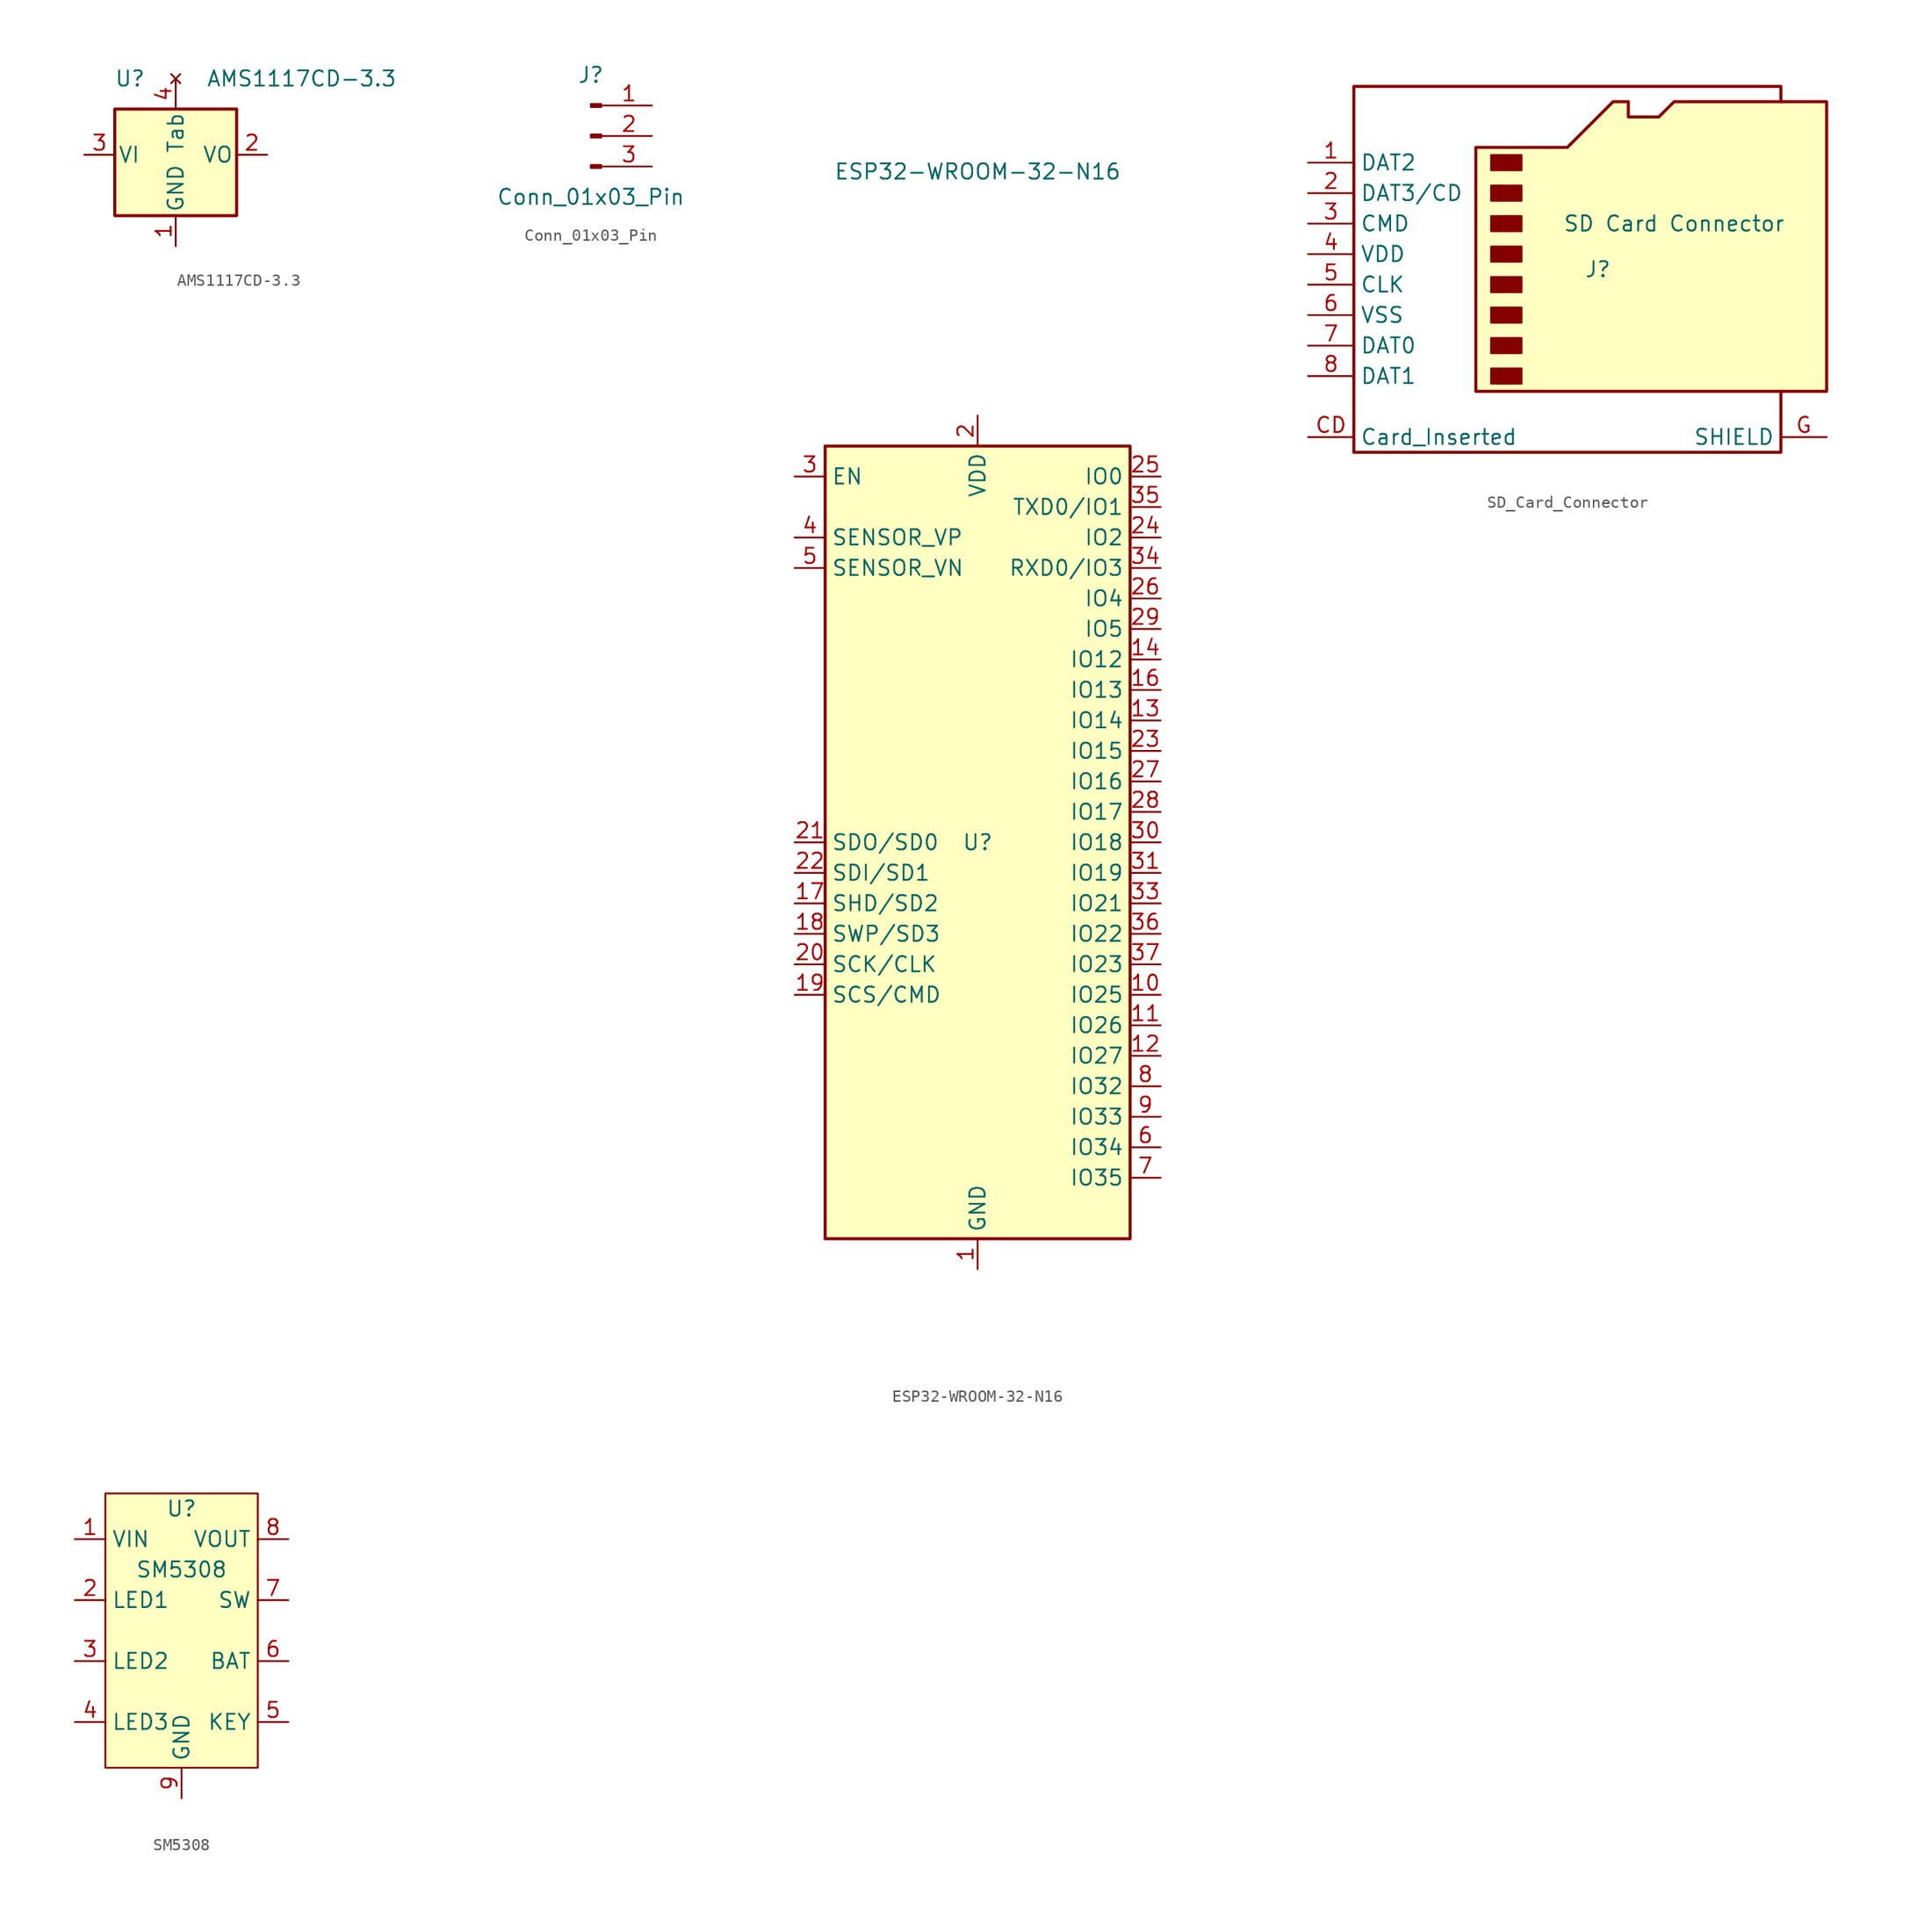
<source format=kicad_sym>
(kicad_symbol_lib
  (version 20220914)
  (generator kicad_symbol_editor)
  (symbol "AMS1117CD-3.3"
    (pin_names
      (offset 0.254))
    (property "Reference" "U"
      (at -3.81 6.35 0)
      (effects (font (size 1.27 1.27))))
    (property "Value" "AMS1117CD-3.3"
      (at 2.54 6.35 0)
      (effects (font (size 1.27 1.27)) (justify left)))
    (symbol "AMS1117CD-3.3_0_1"
      (rectangle (start -5.08 3.81) (end 5.08 -5.08) (stroke (width 0.254) (type default)) (fill (type background))))
    (symbol "AMS1117CD-3.3_1_1"
      (pin power_in line (at 0 -7.62 90) (length 2.54) (name "GND" (effects (font (size 1.27 1.27)))) (number "1" (effects (font (size 1.27 1.27)))))
      (pin power_out line (at 7.62 0 180) (length 2.54) (name "VO" (effects (font (size 1.27 1.27)))) (number "2" (effects (font (size 1.27 1.27)))))
      (pin power_in line (at -7.62 0 0) (length 2.54) (name "VI" (effects (font (size 1.27 1.27)))) (number "3" (effects (font (size 1.27 1.27)))))
      (pin no_connect line (at 0 6.35 270) (length 2.54) (name "Tab" (effects (font (size 1.27 1.27)))) (number "4" (effects (font (size 1.27 1.27)))))))
  (symbol "Conn_01x03_Pin"
    (pin_names
      (offset 1.016) hide)
    (property "Reference" "J"
      (at 0 5.08 0)
      (effects (font (size 1.27 1.27))))
    (property "Value" "Conn_01x03_Pin"
      (at 0 -5.08 0)
      (effects (font (size 1.27 1.27))))
    (symbol "Conn_01x03_Pin_1_1"
      (polyline (pts (xy 1.27 -2.54) (xy 0.864 -2.54)) (stroke (width 0.152) (type default)) (fill (type none)))
      (polyline (pts (xy 1.27 0) (xy 0.864 0)) (stroke (width 0.152) (type default)) (fill (type none)))
      (polyline (pts (xy 1.27 2.54) (xy 0.864 2.54)) (stroke (width 0.152) (type default)) (fill (type none)))
      (rectangle (start 0.864 -2.413) (end 0 -2.667) (stroke (width 0.152) (type default)) (fill (type outline)))
      (rectangle (start 0.864 0.127) (end 0 -0.127) (stroke (width 0.152) (type default)) (fill (type outline)))
      (rectangle (start 0.864 2.667) (end 0 2.413) (stroke (width 0.152) (type default)) (fill (type outline)))
      (pin passive line (at 5.08 2.54 180) (length 3.81) (name "Pin_1" (effects (font (size 1.27 1.27)))) (number "1" (effects (font (size 1.27 1.27)))))
      (pin passive line (at 5.08 0 180) (length 3.81) (name "Pin_2" (effects (font (size 1.27 1.27)))) (number "2" (effects (font (size 1.27 1.27)))))
      (pin passive line (at 5.08 -2.54 180) (length 3.81) (name "Pin_3" (effects (font (size 1.27 1.27)))) (number "3" (effects (font (size 1.27 1.27)))))))
  (symbol "ESP32-WROOM-32-N16"
    (property "Reference" "U"
      (at 0 0 0)
      (effects (font (size 1.27 1.27))))
    (property "Value" "ESP32-WROOM-32-N16"
      (at 0 55.88 0)
      (effects (font (size 1.27 1.27))))
    (symbol "ESP32-WROOM-32-N16_0_1"
      (rectangle (start -12.7 33.02) (end 12.7 -33.02) (stroke (width 0.254) (type default)) (fill (type background))))
    (symbol "ESP32-WROOM-32-N16_1_1"
      (pin power_in line (at 0 -35.56 90) (length 2.54) (name "GND" (effects (font (size 1.27 1.27)))) (number "1" (effects (font (size 1.27 1.27)))))
      (pin bidirectional line (at 15.24 -12.7 180) (length 2.54) (name "IO25" (effects (font (size 1.27 1.27)))) (number "10" (effects (font (size 1.27 1.27)))))
      (pin bidirectional line (at 15.24 -15.24 180) (length 2.54) (name "IO26" (effects (font (size 1.27 1.27)))) (number "11" (effects (font (size 1.27 1.27)))))
      (pin bidirectional line (at 15.24 -17.78 180) (length 2.54) (name "IO27" (effects (font (size 1.27 1.27)))) (number "12" (effects (font (size 1.27 1.27)))))
      (pin bidirectional line (at 15.24 10.16 180) (length 2.54) (name "IO14" (effects (font (size 1.27 1.27)))) (number "13" (effects (font (size 1.27 1.27)))))
      (pin bidirectional line (at 15.24 15.24 180) (length 2.54) (name "IO12" (effects (font (size 1.27 1.27)))) (number "14" (effects (font (size 1.27 1.27)))))
      (pin passive line (at 0 -35.56 90) (length 2.54) hide (name "GND" (effects (font (size 1.27 1.27)))) (number "15" (effects (font (size 1.27 1.27)))))
      (pin bidirectional line (at 15.24 12.7 180) (length 2.54) (name "IO13" (effects (font (size 1.27 1.27)))) (number "16" (effects (font (size 1.27 1.27)))))
      (pin bidirectional line (at -15.24 -5.08 0) (length 2.54) (name "SHD/SD2" (effects (font (size 1.27 1.27)))) (number "17" (effects (font (size 1.27 1.27)))))
      (pin bidirectional line (at -15.24 -7.62 0) (length 2.54) (name "SWP/SD3" (effects (font (size 1.27 1.27)))) (number "18" (effects (font (size 1.27 1.27)))))
      (pin bidirectional line (at -15.24 -12.7 0) (length 2.54) (name "SCS/CMD" (effects (font (size 1.27 1.27)))) (number "19" (effects (font (size 1.27 1.27)))))
      (pin power_in line (at 0 35.56 270) (length 2.54) (name "VDD" (effects (font (size 1.27 1.27)))) (number "2" (effects (font (size 1.27 1.27)))))
      (pin bidirectional line (at -15.24 -10.16 0) (length 2.54) (name "SCK/CLK" (effects (font (size 1.27 1.27)))) (number "20" (effects (font (size 1.27 1.27)))))
      (pin bidirectional line (at -15.24 0 0) (length 2.54) (name "SDO/SD0" (effects (font (size 1.27 1.27)))) (number "21" (effects (font (size 1.27 1.27)))))
      (pin bidirectional line (at -15.24 -2.54 0) (length 2.54) (name "SDI/SD1" (effects (font (size 1.27 1.27)))) (number "22" (effects (font (size 1.27 1.27)))))
      (pin bidirectional line (at 15.24 7.62 180) (length 2.54) (name "IO15" (effects (font (size 1.27 1.27)))) (number "23" (effects (font (size 1.27 1.27)))))
      (pin bidirectional line (at 15.24 25.4 180) (length 2.54) (name "IO2" (effects (font (size 1.27 1.27)))) (number "24" (effects (font (size 1.27 1.27)))))
      (pin bidirectional line (at 15.24 30.48 180) (length 2.54) (name "IO0" (effects (font (size 1.27 1.27)))) (number "25" (effects (font (size 1.27 1.27)))))
      (pin bidirectional line (at 15.24 20.32 180) (length 2.54) (name "IO4" (effects (font (size 1.27 1.27)))) (number "26" (effects (font (size 1.27 1.27)))))
      (pin bidirectional line (at 15.24 5.08 180) (length 2.54) (name "IO16" (effects (font (size 1.27 1.27)))) (number "27" (effects (font (size 1.27 1.27)))))
      (pin bidirectional line (at 15.24 2.54 180) (length 2.54) (name "IO17" (effects (font (size 1.27 1.27)))) (number "28" (effects (font (size 1.27 1.27)))))
      (pin bidirectional line (at 15.24 17.78 180) (length 2.54) (name "IO5" (effects (font (size 1.27 1.27)))) (number "29" (effects (font (size 1.27 1.27)))))
      (pin input line (at -15.24 30.48 0) (length 2.54) (name "EN" (effects (font (size 1.27 1.27)))) (number "3" (effects (font (size 1.27 1.27)))))
      (pin bidirectional line (at 15.24 0 180) (length 2.54) (name "IO18" (effects (font (size 1.27 1.27)))) (number "30" (effects (font (size 1.27 1.27)))))
      (pin bidirectional line (at 15.24 -2.54 180) (length 2.54) (name "IO19" (effects (font (size 1.27 1.27)))) (number "31" (effects (font (size 1.27 1.27)))))
      (pin no_connect line (at -12.7 -27.94 0) (length 2.54) hide (name "NC" (effects (font (size 1.27 1.27)))) (number "32" (effects (font (size 1.27 1.27)))))
      (pin bidirectional line (at 15.24 -5.08 180) (length 2.54) (name "IO21" (effects (font (size 1.27 1.27)))) (number "33" (effects (font (size 1.27 1.27)))))
      (pin bidirectional line (at 15.24 22.86 180) (length 2.54) (name "RXD0/IO3" (effects (font (size 1.27 1.27)))) (number "34" (effects (font (size 1.27 1.27)))))
      (pin bidirectional line (at 15.24 27.94 180) (length 2.54) (name "TXD0/IO1" (effects (font (size 1.27 1.27)))) (number "35" (effects (font (size 1.27 1.27)))))
      (pin bidirectional line (at 15.24 -7.62 180) (length 2.54) (name "IO22" (effects (font (size 1.27 1.27)))) (number "36" (effects (font (size 1.27 1.27)))))
      (pin bidirectional line (at 15.24 -10.16 180) (length 2.54) (name "IO23" (effects (font (size 1.27 1.27)))) (number "37" (effects (font (size 1.27 1.27)))))
      (pin passive line (at 0 -35.56 90) (length 2.54) hide (name "GND" (effects (font (size 1.27 1.27)))) (number "38" (effects (font (size 1.27 1.27)))))
      (pin passive line (at 0 -35.56 90) (length 2.54) hide (name "GND" (effects (font (size 1.27 1.27)))) (number "39" (effects (font (size 1.27 1.27)))))
      (pin input line (at -15.24 25.4 0) (length 2.54) (name "SENSOR_VP" (effects (font (size 1.27 1.27)))) (number "4" (effects (font (size 1.27 1.27)))))
      (pin input line (at -15.24 22.86 0) (length 2.54) (name "SENSOR_VN" (effects (font (size 1.27 1.27)))) (number "5" (effects (font (size 1.27 1.27)))))
      (pin input line (at 15.24 -25.4 180) (length 2.54) (name "IO34" (effects (font (size 1.27 1.27)))) (number "6" (effects (font (size 1.27 1.27)))))
      (pin input line (at 15.24 -27.94 180) (length 2.54) (name "IO35" (effects (font (size 1.27 1.27)))) (number "7" (effects (font (size 1.27 1.27)))))
      (pin bidirectional line (at 15.24 -20.32 180) (length 2.54) (name "IO32" (effects (font (size 1.27 1.27)))) (number "8" (effects (font (size 1.27 1.27)))))
      (pin bidirectional line (at 15.24 -22.86 180) (length 2.54) (name "IO33" (effects (font (size 1.27 1.27)))) (number "9" (effects (font (size 1.27 1.27)))))))
  (symbol "SD_Card_Connector"
    (property "Reference" "J"
      (at 0 0 0)
      (effects (font (size 1.27 1.27))))
    (property "Value" "SD Card Connector"
      (at 6.35 3.81 0)
      (effects (font (size 1.27 1.27))))
    (symbol "SD_Card_Connector_0_1"
      (rectangle (start -8.89 -8.255) (end -6.35 -9.525) (stroke (width 0) (type default)) (fill (type outline)))
      (rectangle (start -8.89 -5.715) (end -6.35 -6.985) (stroke (width 0) (type default)) (fill (type outline)))
      (rectangle (start -8.89 -3.175) (end -6.35 -4.445) (stroke (width 0) (type default)) (fill (type outline)))
      (rectangle (start -8.89 -0.635) (end -6.35 -1.905) (stroke (width 0) (type default)) (fill (type outline)))
      (rectangle (start -8.89 1.905) (end -6.35 0.635) (stroke (width 0) (type default)) (fill (type outline)))
      (rectangle (start -8.89 4.445) (end -6.35 3.175) (stroke (width 0) (type default)) (fill (type outline)))
      (rectangle (start -8.89 6.985) (end -6.35 5.715) (stroke (width 0) (type default)) (fill (type outline)))
      (rectangle (start -8.89 9.525) (end -6.35 8.255) (stroke (width 0) (type default)) (fill (type outline)))
      (polyline (pts (xy 15.24 13.97) (xy 15.24 15.24) (xy -20.32 15.24) (xy -20.32 -15.24) (xy 15.24 -15.24) (xy 15.24 -10.16)) (stroke (width 0.254) (type default)) (fill (type none)))
      (polyline (pts (xy -10.16 -10.16) (xy -10.16 10.16) (xy -2.54 10.16) (xy 1.27 13.97) (xy 2.54 13.97) (xy 2.54 12.7) (xy 5.08 12.7) (xy 6.35 13.97) (xy 19.05 13.97) (xy 19.05 -10.16) (xy -10.16 -10.16)) (stroke (width 0.254) (type default)) (fill (type background))))
    (symbol "SD_Card_Connector_1_1"
      (pin bidirectional line (at -24.13 8.89 0) (length 3.81) (name "DAT2" (effects (font (size 1.27 1.27)))) (number "1" (effects (font (size 1.27 1.27)))))
      (pin bidirectional line (at -24.13 6.35 0) (length 3.81) (name "DAT3/CD" (effects (font (size 1.27 1.27)))) (number "2" (effects (font (size 1.27 1.27)))))
      (pin input line (at -24.13 3.81 0) (length 3.81) (name "CMD" (effects (font (size 1.27 1.27)))) (number "3" (effects (font (size 1.27 1.27)))))
      (pin power_in line (at -24.13 1.27 0) (length 3.81) (name "VDD" (effects (font (size 1.27 1.27)))) (number "4" (effects (font (size 1.27 1.27)))))
      (pin input line (at -24.13 -1.27 0) (length 3.81) (name "CLK" (effects (font (size 1.27 1.27)))) (number "5" (effects (font (size 1.27 1.27)))))
      (pin power_in line (at -24.13 -3.81 0) (length 3.81) (name "VSS" (effects (font (size 1.27 1.27)))) (number "6" (effects (font (size 1.27 1.27)))))
      (pin bidirectional line (at -24.13 -6.35 0) (length 3.81) (name "DAT0" (effects (font (size 1.27 1.27)))) (number "7" (effects (font (size 1.27 1.27)))))
      (pin bidirectional line (at -24.13 -8.89 0) (length 3.81) (name "DAT1" (effects (font (size 1.27 1.27)))) (number "8" (effects (font (size 1.27 1.27)))))
      (pin output line (at -24.13 -13.97 0) (length 3.81) (name "Card_Inserted" (effects (font (size 1.27 1.27)))) (number "CD" (effects (font (size 1.27 1.27)))))
      (pin passive line (at 19.05 -13.97 180) (length 3.81) (name "SHIELD" (effects (font (size 1.27 1.27)))) (number "G" (effects (font (size 1.27 1.27)))))))
  (symbol "SM5308"
    (property "Reference" "U"
      (at 0 10.16 0)
      (effects (font (size 1.27 1.27))))
    (property "Value" "SM5308"
      (at 0 5.08 0)
      (effects (font (size 1.27 1.27))))
    (symbol "SM5308_1_1"
      (rectangle (start -6.35 11.43) (end 6.35 -11.43) (stroke (width 0) (type default)) (fill (type background)))
      (pin power_in line (at -8.89 7.62 0) (length 2.54) (name "VIN" (effects (font (size 1.27 1.27)))) (number "1" (effects (font (size 1.27 1.27)))))
      (pin output line (at -8.89 2.54 0) (length 2.54) (name "LED1" (effects (font (size 1.27 1.27)))) (number "2" (effects (font (size 1.27 1.27)))))
      (pin output line (at -8.89 -2.54 0) (length 2.54) (name "LED2" (effects (font (size 1.27 1.27)))) (number "3" (effects (font (size 1.27 1.27)))))
      (pin output line (at -8.89 -7.62 0) (length 2.54) (name "LED3" (effects (font (size 1.27 1.27)))) (number "4" (effects (font (size 1.27 1.27)))))
      (pin input line (at 8.89 -7.62 180) (length 2.54) (name "KEY" (effects (font (size 1.27 1.27)))) (number "5" (effects (font (size 1.27 1.27)))))
      (pin power_in line (at 8.89 -2.54 180) (length 2.54) (name "BAT" (effects (font (size 1.27 1.27)))) (number "6" (effects (font (size 1.27 1.27)))))
      (pin output line (at 8.89 2.54 180) (length 2.54) (name "SW" (effects (font (size 1.27 1.27)))) (number "7" (effects (font (size 1.27 1.27)))))
      (pin power_out line (at 8.89 7.62 180) (length 2.54) (name "VOUT" (effects (font (size 1.27 1.27)))) (number "8" (effects (font (size 1.27 1.27)))))
      (pin power_in line (at 0 -13.97 90) (length 2.54) (name "GND" (effects (font (size 1.27 1.27)))) (number "9" (effects (font (size 1.27 1.27))))))))
</source>
